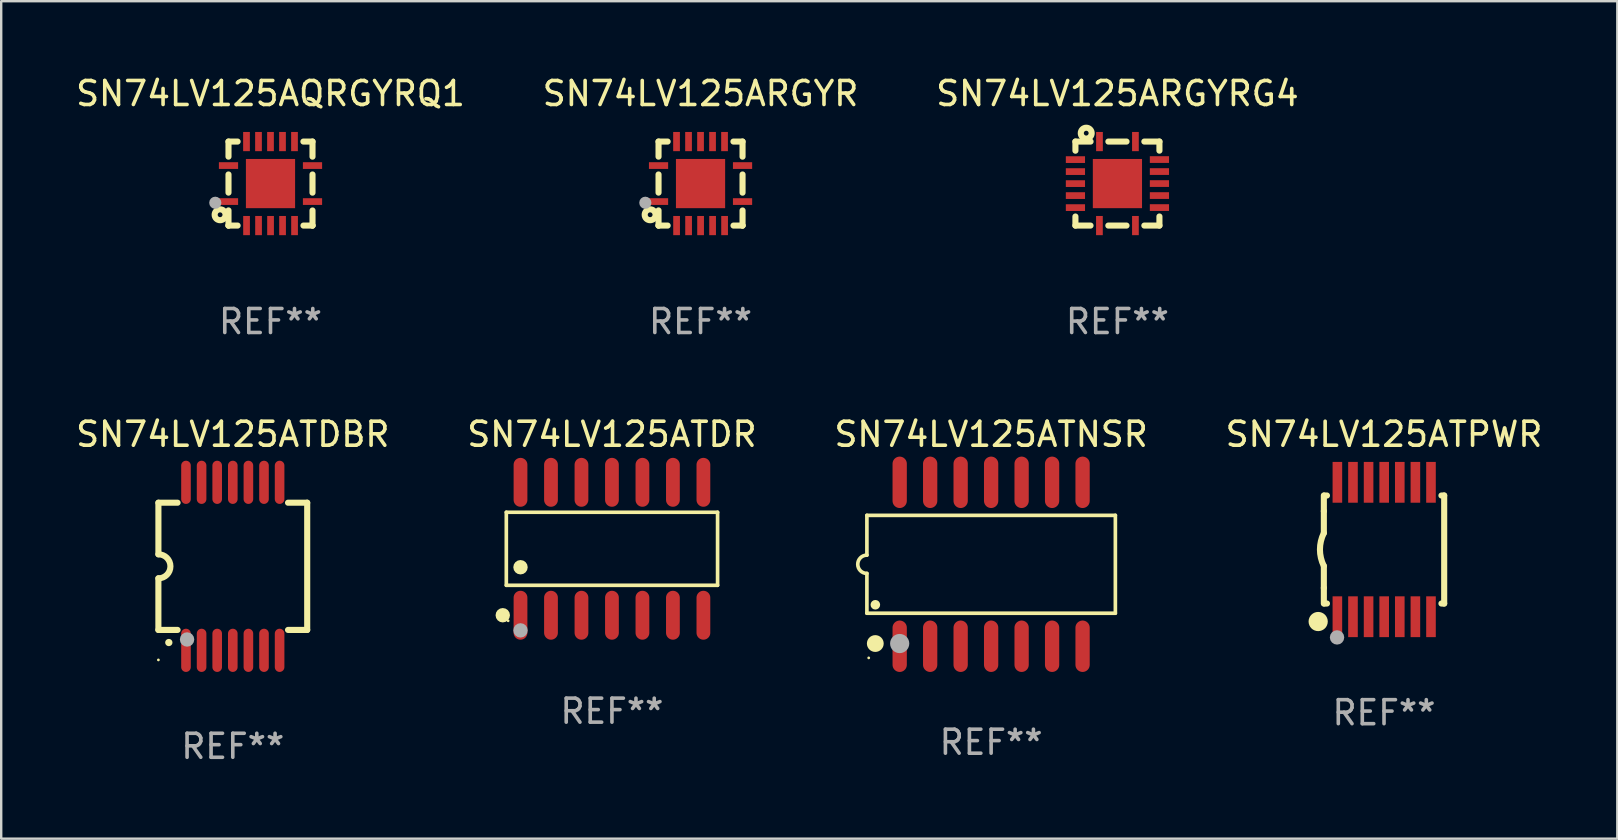
<source format=kicad_pcb>
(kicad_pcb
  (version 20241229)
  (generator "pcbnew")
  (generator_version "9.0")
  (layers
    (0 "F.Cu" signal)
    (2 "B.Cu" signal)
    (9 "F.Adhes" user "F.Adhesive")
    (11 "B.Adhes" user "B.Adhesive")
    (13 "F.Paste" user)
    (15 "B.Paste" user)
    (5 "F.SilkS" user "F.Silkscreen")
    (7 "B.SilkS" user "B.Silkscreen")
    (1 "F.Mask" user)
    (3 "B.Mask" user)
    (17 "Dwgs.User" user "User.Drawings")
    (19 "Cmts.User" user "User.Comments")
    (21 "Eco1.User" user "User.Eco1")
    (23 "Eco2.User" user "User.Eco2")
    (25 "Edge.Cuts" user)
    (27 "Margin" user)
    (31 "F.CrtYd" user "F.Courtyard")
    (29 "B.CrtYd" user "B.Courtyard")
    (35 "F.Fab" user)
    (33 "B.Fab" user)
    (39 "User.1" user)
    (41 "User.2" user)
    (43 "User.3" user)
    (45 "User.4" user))
  (footprint "SN74LV125AQRGYRQ1"
    (layer "F.Cu")
    (at 8.22 4.598)
    (property "Reference" "SN74LV125AQRGYRQ1" (at 0 -3.75 0) (layer "F.SilkS") (effects (font (size 1 1) (thickness 0.15))))
    (attr through_hole)
    (fp_line (start -1.75 1.75) (end -1.37 1.75) (stroke (width 0.254) (type solid)) (layer "F.SilkS"))
    (fp_line (start -1.75 -1.75) (end -1.75 -1.121) (stroke (width 0.254) (type solid)) (layer "F.SilkS"))
    (fp_line (start -1.75 -0.379) (end -1.75 0.377) (stroke (width 0.254) (type solid)) (layer "F.SilkS"))
    (fp_line (start -1.75 1.119) (end -1.75 1.75) (stroke (width 0.254) (type solid)) (layer "F.SilkS"))
    (fp_line (start -1.75 1.75) (end -1.75 1.75) (stroke (width 0.254) (type solid)) (layer "F.SilkS"))
    (fp_line (start -1.371 -1.75) (end -1.75 -1.75) (stroke (width 0.254) (type solid)) (layer "F.SilkS"))
    (fp_line (start 1.373 1.75) (end 1.75 1.75) (stroke (width 0.254) (type solid)) (layer "F.SilkS"))
    (fp_line (start 1.75 1.75) (end 1.75 1.75) (stroke (width 0.254) (type solid)) (layer "F.SilkS"))
    (fp_line (start 1.75 -1.75) (end 1.371 -1.75) (stroke (width 0.254) (type solid)) (layer "F.SilkS"))
    (fp_line (start 1.75 -1.121) (end 1.75 -1.75) (stroke (width 0.254) (type solid)) (layer "F.SilkS"))
    (fp_line (start 1.75 0.379) (end 1.75 -0.379) (stroke (width 0.254) (type solid)) (layer "F.SilkS"))
    (fp_line (start 1.75 1.75) (end 1.75 1.121) (stroke (width 0.254) (type solid)) (layer "F.SilkS"))
    (fp_circle (center -2.1 1.3) (end -2 1.3) (stroke (width 0.254) (type solid)) (fill no) (layer "F.SilkS"))
    (fp_circle (center -1.747 1.751) (end -1.717 1.751) (stroke (width 0.06) (type solid)) (fill no) (layer "F.SilkS"))
    (fp_circle (center -2.3 0.8) (end -2.173 0.8) (stroke (width 0.254) (type solid)) (fill no) (layer "F.Fab"))
    (fp_text user "REF**" (at 0 5.75 0) (layer "F.Fab") (effects (font (size 1 1) (thickness 0.15))))
    (pad "1" smd rect (at -1.75 0.75 270) (size 0.28 0.8) (layers "F.Cu" "F.Mask" "F.Paste"))
    (pad "2" smd rect (at -0.998 1.75 180) (size 0.28 0.8) (layers "F.Cu" "F.Mask" "F.Paste"))
    (pad "3" smd rect (at -0.498 1.75 180) (size 0.28 0.8) (layers "F.Cu" "F.Mask" "F.Paste"))
    (pad "4" smd rect (at 0.002 1.75 180) (size 0.28 0.8) (layers "F.Cu" "F.Mask" "F.Paste"))
    (pad "5" smd rect (at 0.502 1.75 180) (size 0.28 0.8) (layers "F.Cu" "F.Mask" "F.Paste"))
    (pad "6" smd rect (at 1.002 1.75 180) (size 0.28 0.8) (layers "F.Cu" "F.Mask" "F.Paste"))
    (pad "7" smd rect (at 1.75 0.75 270) (size 0.28 0.8) (layers "F.Cu" "F.Mask" "F.Paste"))
    (pad "8" smd rect (at 1.75 -0.75 270) (size 0.28 0.8) (layers "F.Cu" "F.Mask" "F.Paste"))
    (pad "9" smd rect (at 1 -1.75) (size 0.28 0.8) (layers "F.Cu" "F.Mask" "F.Paste"))
    (pad "10" smd rect (at 0.5 -1.75) (size 0.28 0.8) (layers "F.Cu" "F.Mask" "F.Paste"))
    (pad "11" smd rect (at 0 -1.75) (size 0.28 0.8) (layers "F.Cu" "F.Mask" "F.Paste"))
    (pad "12" smd rect (at -0.5 -1.75) (size 0.28 0.8) (layers "F.Cu" "F.Mask" "F.Paste"))
    (pad "13" smd rect (at -1 -1.75) (size 0.28 0.8) (layers "F.Cu" "F.Mask" "F.Paste"))
    (pad "14" smd rect (at -1.75 -0.75 90) (size 0.28 0.8) (layers "F.Cu" "F.Mask" "F.Paste"))
    (pad "15" smd rect (at 0 0 180) (size 2.05 2.05) (layers "F.Cu" "F.Mask" "F.Paste")))
  (footprint "SN74LV125ARGYRG4"
    (layer "F.Cu")
    (at 43.506 4.598)
    (property "Reference" "SN74LV125ARGYRG4" (at 0 -3.75 0) (layer "F.SilkS") (effects (font (size 1 1) (thickness 0.15))))
    (attr through_hole)
    (fp_line (start -1.75 -1.75) (end -1.75 -1.37) (stroke (width 0.254) (type solid)) (layer "F.SilkS"))
    (fp_line (start -1.75 1.373) (end -1.75 1.75) (stroke (width 0.254) (type solid)) (layer "F.SilkS"))
    (fp_line (start -1.75 1.75) (end -1.121 1.75) (stroke (width 0.254) (type solid)) (layer "F.SilkS"))
    (fp_line (start -1.119 -1.75) (end -1.75 -1.75) (stroke (width 0.254) (type solid)) (layer "F.SilkS"))
    (fp_line (start -0.379 1.75) (end 0.379 1.75) (stroke (width 0.254) (type solid)) (layer "F.SilkS"))
    (fp_line (start 0.379 -1.75) (end -0.377 -1.75) (stroke (width 0.254) (type solid)) (layer "F.SilkS"))
    (fp_line (start 1.121 1.75) (end 1.75 1.75) (stroke (width 0.254) (type solid)) (layer "F.SilkS"))
    (fp_line (start 1.75 -1.75) (end 1.121 -1.75) (stroke (width 0.254) (type solid)) (layer "F.SilkS"))
    (fp_line (start 1.75 -1.371) (end 1.75 -1.75) (stroke (width 0.254) (type solid)) (layer "F.SilkS"))
    (fp_line (start 1.75 1.75) (end 1.75 1.371) (stroke (width 0.254) (type solid)) (layer "F.SilkS"))
    (fp_circle (center -1.75 -1.75) (end -1.72 -1.75) (stroke (width 0.06) (type solid)) (fill no) (layer "F.SilkS"))
    (fp_circle (center -1.3 -2.1) (end -1.2 -2.1) (stroke (width 0.254) (type solid)) (fill no) (layer "F.SilkS"))
    (fp_text user "REF**" (at 0 5.75 0) (layer "F.Fab") (effects (font (size 1 1) (thickness 0.15))))
    (pad "1" smd rect (at -0.748 -1.75 180) (size 0.28 0.8) (layers "F.Cu" "F.Mask" "F.Paste"))
    (pad "2" smd rect (at -1.75 -0.998 90) (size 0.28 0.8) (layers "F.Cu" "F.Mask" "F.Paste"))
    (pad "3" smd rect (at -1.75 -0.499 90) (size 0.28 0.8) (layers "F.Cu" "F.Mask" "F.Paste"))
    (pad "4" smd rect (at -1.75 0.002 90) (size 0.28 0.8) (layers "F.Cu" "F.Mask" "F.Paste"))
    (pad "5" smd rect (at -1.75 0.501 90) (size 0.28 0.8) (layers "F.Cu" "F.Mask" "F.Paste"))
    (pad "6" smd rect (at -1.75 1.002 90) (size 0.28 0.8) (layers "F.Cu" "F.Mask" "F.Paste"))
    (pad "7" smd rect (at -0.75 1.75 180) (size 0.28 0.8) (layers "F.Cu" "F.Mask" "F.Paste"))
    (pad "8" smd rect (at 0.75 1.75 180) (size 0.28 0.8) (layers "F.Cu" "F.Mask" "F.Paste"))
    (pad "9" smd rect (at 1.75 1 270) (size 0.28 0.8) (layers "F.Cu" "F.Mask" "F.Paste"))
    (pad "10" smd rect (at 1.75 0.5 270) (size 0.28 0.8) (layers "F.Cu" "F.Mask" "F.Paste"))
    (pad "11" smd rect (at 1.75 0 270) (size 0.28 0.8) (layers "F.Cu" "F.Mask" "F.Paste"))
    (pad "12" smd rect (at 1.75 -0.5 270) (size 0.28 0.8) (layers "F.Cu" "F.Mask" "F.Paste"))
    (pad "13" smd rect (at 1.75 -1 270) (size 0.28 0.8) (layers "F.Cu" "F.Mask" "F.Paste"))
    (pad "14" smd rect (at 0.75 -1.75) (size 0.28 0.8) (layers "F.Cu" "F.Mask" "F.Paste"))
    (pad "15" smd rect (at 0 0 90) (size 2.05 2.05) (layers "F.Cu" "F.Mask" "F.Paste")))
  (footprint "SN74LV125ARGYR"
    (layer "F.Cu")
    (at 26.137 4.598)
    (property "Reference" "SN74LV125ARGYR" (at 0 -3.75 0) (layer "F.SilkS") (effects (font (size 1 1) (thickness 0.15))))
    (attr through_hole)
    (fp_line (start -1.75 1.75) (end -1.37 1.75) (stroke (width 0.254) (type solid)) (layer "F.SilkS"))
    (fp_line (start -1.75 -1.75) (end -1.75 -1.121) (stroke (width 0.254) (type solid)) (layer "F.SilkS"))
    (fp_line (start -1.75 -0.379) (end -1.75 0.377) (stroke (width 0.254) (type solid)) (layer "F.SilkS"))
    (fp_line (start -1.75 1.119) (end -1.75 1.75) (stroke (width 0.254) (type solid)) (layer "F.SilkS"))
    (fp_line (start -1.75 1.75) (end -1.75 1.75) (stroke (width 0.254) (type solid)) (layer "F.SilkS"))
    (fp_line (start -1.371 -1.75) (end -1.75 -1.75) (stroke (width 0.254) (type solid)) (layer "F.SilkS"))
    (fp_line (start 1.373 1.75) (end 1.75 1.75) (stroke (width 0.254) (type solid)) (layer "F.SilkS"))
    (fp_line (start 1.75 1.75) (end 1.75 1.75) (stroke (width 0.254) (type solid)) (layer "F.SilkS"))
    (fp_line (start 1.75 -1.75) (end 1.371 -1.75) (stroke (width 0.254) (type solid)) (layer "F.SilkS"))
    (fp_line (start 1.75 -1.121) (end 1.75 -1.75) (stroke (width 0.254) (type solid)) (layer "F.SilkS"))
    (fp_line (start 1.75 0.379) (end 1.75 -0.379) (stroke (width 0.254) (type solid)) (layer "F.SilkS"))
    (fp_line (start 1.75 1.75) (end 1.75 1.121) (stroke (width 0.254) (type solid)) (layer "F.SilkS"))
    (fp_circle (center -2.1 1.3) (end -2 1.3) (stroke (width 0.254) (type solid)) (fill no) (layer "F.SilkS"))
    (fp_circle (center -1.747 1.751) (end -1.717 1.751) (stroke (width 0.06) (type solid)) (fill no) (layer "F.SilkS"))
    (fp_circle (center -2.3 0.8) (end -2.173 0.8) (stroke (width 0.254) (type solid)) (fill no) (layer "F.Fab"))
    (fp_text user "REF**" (at 0 5.75 0) (layer "F.Fab") (effects (font (size 1 1) (thickness 0.15))))
    (pad "1" smd rect (at -1.75 0.75 270) (size 0.28 0.8) (layers "F.Cu" "F.Mask" "F.Paste"))
    (pad "2" smd rect (at -0.998 1.75 180) (size 0.28 0.8) (layers "F.Cu" "F.Mask" "F.Paste"))
    (pad "3" smd rect (at -0.498 1.75 180) (size 0.28 0.8) (layers "F.Cu" "F.Mask" "F.Paste"))
    (pad "4" smd rect (at 0.002 1.75 180) (size 0.28 0.8) (layers "F.Cu" "F.Mask" "F.Paste"))
    (pad "5" smd rect (at 0.502 1.75 180) (size 0.28 0.8) (layers "F.Cu" "F.Mask" "F.Paste"))
    (pad "6" smd rect (at 1.002 1.75 180) (size 0.28 0.8) (layers "F.Cu" "F.Mask" "F.Paste"))
    (pad "7" smd rect (at 1.75 0.75 270) (size 0.28 0.8) (layers "F.Cu" "F.Mask" "F.Paste"))
    (pad "8" smd rect (at 1.75 -0.75 270) (size 0.28 0.8) (layers "F.Cu" "F.Mask" "F.Paste"))
    (pad "9" smd rect (at 1 -1.75) (size 0.28 0.8) (layers "F.Cu" "F.Mask" "F.Paste"))
    (pad "10" smd rect (at 0.5 -1.75) (size 0.28 0.8) (layers "F.Cu" "F.Mask" "F.Paste"))
    (pad "11" smd rect (at 0 -1.75) (size 0.28 0.8) (layers "F.Cu" "F.Mask" "F.Paste"))
    (pad "12" smd rect (at -0.5 -1.75) (size 0.28 0.8) (layers "F.Cu" "F.Mask" "F.Paste"))
    (pad "13" smd rect (at -1 -1.75) (size 0.28 0.8) (layers "F.Cu" "F.Mask" "F.Paste"))
    (pad "14" smd rect (at -1.75 -0.75 90) (size 0.28 0.8) (layers "F.Cu" "F.Mask" "F.Paste"))
    (pad "15" smd rect (at 0 0 180) (size 2.05 2.05) (layers "F.Cu" "F.Mask" "F.Paste")))
  (footprint "SN74LV125ATNSR"
    (layer "F.Cu")
    (at 38.244 20.46)
    (property "Reference" "SN74LV125ATNSR" (at 0 -5.415 0) (layer "F.SilkS") (effects (font (size 1 1) (thickness 0.15))))
    (attr through_hole)
    (fp_line (start -5.176 -2.039) (end 5.176 -2.039) (stroke (width 0.152) (type solid)) (layer "F.SilkS"))
    (fp_line (start -5.176 -0.381) (end -5.176 -2.039) (stroke (width 0.152) (type solid)) (layer "F.SilkS"))
    (fp_line (start -5.176 0.381) (end -5.176 2.039) (stroke (width 0.152) (type solid)) (layer "F.SilkS"))
    (fp_line (start 5.176 -2.039) (end 5.176 2.039) (stroke (width 0.152) (type solid)) (layer "F.SilkS"))
    (fp_line (start 5.176 2.039) (end -5.176 2.039) (stroke (width 0.152) (type solid)) (layer "F.SilkS"))
    (fp_arc (start -5.1762 0.381001) (mid -5.557201 0) (end -5.1762 -0.381001) (stroke (width 0.151994) (type solid)) (layer "F.SilkS"))
    (fp_circle (center -5.1 3.9) (end -5.07 3.9) (stroke (width 0.06) (type solid)) (fill no) (layer "F.SilkS"))
    (fp_circle (center -4.826 3.302) (end -4.651 3.302) (stroke (width 0.35) (type solid)) (fill no) (layer "F.SilkS"))
    (fp_circle (center -4.824 1.687) (end -4.724 1.687) (stroke (width 0.2) (type solid)) (fill no) (layer "F.SilkS"))
    (fp_circle (center -3.81 3.302) (end -3.61 3.302) (stroke (width 0.4) (type solid)) (fill no) (layer "F.Fab"))
    (fp_text user "REF**" (at 0 7.415 0) (layer "F.Fab") (effects (font (size 1 1) (thickness 0.15))))
    (pad "1" smd oval (at -3.81 3.415) (size 0.595 2.142) (layers "F.Cu" "F.Mask" "F.Paste"))
    (pad "2" smd oval (at -2.54 3.415) (size 0.595 2.142) (layers "F.Cu" "F.Mask" "F.Paste"))
    (pad "3" smd oval (at -1.27 3.415) (size 0.595 2.142) (layers "F.Cu" "F.Mask" "F.Paste"))
    (pad "4" smd oval (at 0 3.415) (size 0.595 2.142) (layers "F.Cu" "F.Mask" "F.Paste"))
    (pad "5" smd oval (at 1.27 3.415) (size 0.595 2.142) (layers "F.Cu" "F.Mask" "F.Paste"))
    (pad "6" smd oval (at 2.54 3.415) (size 0.595 2.142) (layers "F.Cu" "F.Mask" "F.Paste"))
    (pad "7" smd oval (at 3.81 3.415) (size 0.595 2.142) (layers "F.Cu" "F.Mask" "F.Paste"))
    (pad "8" smd oval (at 3.81 -3.415) (size 0.595 2.142) (layers "F.Cu" "F.Mask" "F.Paste"))
    (pad "9" smd oval (at 2.54 -3.415) (size 0.595 2.142) (layers "F.Cu" "F.Mask" "F.Paste"))
    (pad "10" smd oval (at 1.27 -3.415) (size 0.595 2.142) (layers "F.Cu" "F.Mask" "F.Paste"))
    (pad "11" smd oval (at 0 -3.415) (size 0.595 2.142) (layers "F.Cu" "F.Mask" "F.Paste"))
    (pad "12" smd oval (at -1.27 -3.415) (size 0.595 2.142) (layers "F.Cu" "F.Mask" "F.Paste"))
    (pad "13" smd oval (at -2.54 -3.415) (size 0.595 2.142) (layers "F.Cu" "F.Mask" "F.Paste"))
    (pad "14" smd oval (at -3.81 -3.415) (size 0.595 2.142) (layers "F.Cu" "F.Mask" "F.Paste")))
  (footprint "SN74LV125ATDBR"
    (layer "F.Cu")
    (at 6.649 20.545)
    (property "Reference" "SN74LV125ATDBR" (at 0 -5.5 0) (layer "F.SilkS") (effects (font (size 1 1) (thickness 0.15))))
    (attr through_hole)
    (fp_line (start -3.1 2.65) (end -3.1 0.5) (stroke (width 0.254) (type solid)) (layer "F.SilkS"))
    (fp_line (start -3.099 -2.65) (end -2.301 -2.65) (stroke (width 0.254) (type solid)) (layer "F.SilkS"))
    (fp_line (start -3.099 -0.5) (end -3.099 -2.65) (stroke (width 0.254) (type solid)) (layer "F.SilkS"))
    (fp_line (start -2.301 2.65) (end -3.1 2.65) (stroke (width 0.254) (type solid)) (layer "F.SilkS"))
    (fp_line (start 2.301 -2.65) (end 3.1 -2.65) (stroke (width 0.254) (type solid)) (layer "F.SilkS"))
    (fp_line (start 3.1 -2.65) (end 3.1 2.65) (stroke (width 0.254) (type solid)) (layer "F.SilkS"))
    (fp_line (start 3.1 2.65) (end 2.301 2.65) (stroke (width 0.254) (type solid)) (layer "F.SilkS"))
    (fp_arc (start -3.098806 -0.500381) (mid -2.598806 0) (end -3.098806 0.500381) (stroke (width 0.254001) (type solid)) (layer "F.SilkS"))
    (fp_arc (start -2.667005 3.175006) (mid -2.665735 3.175001) (end -2.664465 3.175006) (stroke (width 0.3) (type solid)) (layer "F.SilkS"))
    (fp_circle (center -3.1 3.9) (end -3.07 3.9) (stroke (width 0.06) (type solid)) (fill no) (layer "F.SilkS"))
    (fp_circle (center -1.905 3.048) (end -1.755 3.048) (stroke (width 0.3) (type solid)) (fill no) (layer "F.Fab"))
    (fp_text user "REF**" (at 0 7.5 0) (layer "F.Fab") (effects (font (size 1 1) (thickness 0.15))))
    (pad "1" smd oval (at -1.95 3.5 270) (size 1.8 0.4) (layers "F.Cu" "F.Mask" "F.Paste"))
    (pad "2" smd oval (at -1.3 3.5 270) (size 1.8 0.4) (layers "F.Cu" "F.Mask" "F.Paste"))
    (pad "3" smd oval (at -0.65 3.5 270) (size 1.8 0.4) (layers "F.Cu" "F.Mask" "F.Paste"))
    (pad "4" smd oval (at 0 3.5 270) (size 1.8 0.4) (layers "F.Cu" "F.Mask" "F.Paste"))
    (pad "5" smd oval (at 0.65 3.5 270) (size 1.8 0.4) (layers "F.Cu" "F.Mask" "F.Paste"))
    (pad "6" smd oval (at 1.3 3.5 270) (size 1.8 0.4) (layers "F.Cu" "F.Mask" "F.Paste"))
    (pad "7" smd oval (at 1.95 3.5 270) (size 1.8 0.4) (layers "F.Cu" "F.Mask" "F.Paste"))
    (pad "8" smd oval (at 1.95 -3.5 90) (size 1.8 0.4) (layers "F.Cu" "F.Mask" "F.Paste"))
    (pad "9" smd oval (at 1.3 -3.5 90) (size 1.8 0.4) (layers "F.Cu" "F.Mask" "F.Paste"))
    (pad "10" smd oval (at 0.65 -3.5 90) (size 1.8 0.4) (layers "F.Cu" "F.Mask" "F.Paste"))
    (pad "11" smd oval (at 0 -3.5 90) (size 1.8 0.4) (layers "F.Cu" "F.Mask" "F.Paste"))
    (pad "12" smd oval (at -0.65 -3.5 90) (size 1.8 0.4) (layers "F.Cu" "F.Mask" "F.Paste"))
    (pad "13" smd oval (at -1.3 -3.5 90) (size 1.8 0.4) (layers "F.Cu" "F.Mask" "F.Paste"))
    (pad "14" smd oval (at -1.95 -3.5 90) (size 1.8 0.4) (layers "F.Cu" "F.Mask" "F.Paste")))
  (footprint "SN74LV125ATDR"
    (layer "F.Cu")
    (at 22.446 19.814)
    (property "Reference" "SN74LV125ATDR" (at 0 -4.769 0) (layer "F.SilkS") (effects (font (size 1 1) (thickness 0.15))))
    (attr through_hole)
    (fp_line (start -4.401 -1.521) (end 4.401 -1.521) (stroke (width 0.152) (type solid)) (layer "F.SilkS"))
    (fp_line (start -4.401 1.521) (end -4.401 -1.521) (stroke (width 0.152) (type solid)) (layer "F.SilkS"))
    (fp_line (start 4.401 -1.521) (end 4.401 1.521) (stroke (width 0.152) (type solid)) (layer "F.SilkS"))
    (fp_line (start 4.401 1.521) (end -4.401 1.521) (stroke (width 0.152) (type solid)) (layer "F.SilkS"))
    (fp_circle (center -4.549 2.769) (end -4.399 2.769) (stroke (width 0.3) (type solid)) (fill no) (layer "F.SilkS"))
    (fp_circle (center -4.325 3) (end -4.295 3) (stroke (width 0.06) (type solid)) (fill no) (layer "F.SilkS"))
    (fp_circle (center -3.81 0.769) (end -3.66 0.769) (stroke (width 0.3) (type solid)) (fill no) (layer "F.SilkS"))
    (fp_circle (center -3.81 3.4) (end -3.66 3.4) (stroke (width 0.3) (type solid)) (fill no) (layer "F.Fab"))
    (fp_text user "REF**" (at 0 6.769 0) (layer "F.Fab") (effects (font (size 1 1) (thickness 0.15))))
    (pad "1" smd oval (at -3.81 2.769) (size 0.574 2.038) (layers "F.Cu" "F.Mask" "F.Paste"))
    (pad "2" smd oval (at -2.54 2.769) (size 0.574 2.038) (layers "F.Cu" "F.Mask" "F.Paste"))
    (pad "3" smd oval (at -1.27 2.769) (size 0.574 2.038) (layers "F.Cu" "F.Mask" "F.Paste"))
    (pad "4" smd oval (at 0 2.769) (size 0.574 2.038) (layers "F.Cu" "F.Mask" "F.Paste"))
    (pad "5" smd oval (at 1.27 2.769) (size 0.574 2.038) (layers "F.Cu" "F.Mask" "F.Paste"))
    (pad "6" smd oval (at 2.54 2.769) (size 0.574 2.038) (layers "F.Cu" "F.Mask" "F.Paste"))
    (pad "7" smd oval (at 3.81 2.769) (size 0.574 2.038) (layers "F.Cu" "F.Mask" "F.Paste"))
    (pad "8" smd oval (at 3.81 -2.769) (size 0.574 2.038) (layers "F.Cu" "F.Mask" "F.Paste"))
    (pad "9" smd oval (at 2.54 -2.769) (size 0.574 2.038) (layers "F.Cu" "F.Mask" "F.Paste"))
    (pad "10" smd oval (at 1.27 -2.769) (size 0.574 2.038) (layers "F.Cu" "F.Mask" "F.Paste"))
    (pad "11" smd oval (at 0 -2.769) (size 0.574 2.038) (layers "F.Cu" "F.Mask" "F.Paste"))
    (pad "12" smd oval (at -1.27 -2.769) (size 0.574 2.038) (layers "F.Cu" "F.Mask" "F.Paste"))
    (pad "13" smd oval (at -2.54 -2.769) (size 0.574 2.038) (layers "F.Cu" "F.Mask" "F.Paste"))
    (pad "14" smd oval (at -3.81 -2.769) (size 0.574 2.038) (layers "F.Cu" "F.Mask" "F.Paste")))
  (footprint "SN74LV125ATPWR"
    (layer "F.Cu")
    (at 54.613 19.845)
    (property "Reference" "SN74LV125ATPWR" (at 0 -4.8 0) (layer "F.SilkS") (effects (font (size 1 1) (thickness 0.15))))
    (attr through_hole)
    (fp_line (start -2.507 -1.6) (end -2.507 -2.25) (stroke (width 0.254) (type solid)) (layer "F.SilkS"))
    (fp_line (start -2.507 -0.686) (end -2.507 -1.6) (stroke (width 0.254) (type solid)) (layer "F.SilkS"))
    (fp_line (start -2.507 1.6) (end -2.507 0.686) (stroke (width 0.254) (type solid)) (layer "F.SilkS"))
    (fp_line (start -2.507 1.6) (end -2.507 2.25) (stroke (width 0.254) (type solid)) (layer "F.SilkS"))
    (fp_line (start -2.493 -2.25) (end -2.377 -2.25) (stroke (width 0.254) (type solid)) (layer "F.SilkS"))
    (fp_line (start -2.377 2.25) (end -2.493 2.25) (stroke (width 0.254) (type solid)) (layer "F.SilkS"))
    (fp_line (start 2.392 -2.25) (end 2.507 -2.25) (stroke (width 0.254) (type solid)) (layer "F.SilkS"))
    (fp_line (start 2.507 -2.25) (end 2.507 2.25) (stroke (width 0.254) (type solid)) (layer "F.SilkS"))
    (fp_line (start 2.507 2.25) (end 2.392 2.25) (stroke (width 0.254) (type solid)) (layer "F.SilkS"))
    (fp_arc (start -2.507303 0.685802) (mid -2.669199 0) (end -2.507303 -0.685801) (stroke (width 0.254001) (type solid)) (layer "F.SilkS"))
    (fp_circle (center -2.743 3) (end -2.543 3) (stroke (width 0.4) (type solid)) (fill no) (layer "F.SilkS"))
    (fp_circle (center -2.493 3.2) (end -2.463 3.2) (stroke (width 0.06) (type solid)) (fill no) (layer "F.SilkS"))
    (fp_circle (center -1.957 3.662) (end -1.807 3.662) (stroke (width 0.3) (type solid)) (fill no) (layer "F.Fab"))
    (fp_text user "REF**" (at 0 6.8 0) (layer "F.Fab") (effects (font (size 1 1) (thickness 0.15))))
    (pad "1" smd rect (at -1.943 2.8) (size 0.4 1.7) (layers "F.Cu" "F.Mask" "F.Paste"))
    (pad "2" smd rect (at -1.293 2.8) (size 0.4 1.7) (layers "F.Cu" "F.Mask" "F.Paste"))
    (pad "3" smd rect (at -0.643 2.8) (size 0.4 1.7) (layers "F.Cu" "F.Mask" "F.Paste"))
    (pad "4" smd rect (at 0.007 2.8) (size 0.4 1.7) (layers "F.Cu" "F.Mask" "F.Paste"))
    (pad "5" smd rect (at 0.657 2.8) (size 0.4 1.7) (layers "F.Cu" "F.Mask" "F.Paste"))
    (pad "6" smd rect (at 1.307 2.8) (size 0.4 1.7) (layers "F.Cu" "F.Mask" "F.Paste"))
    (pad "7" smd rect (at 1.957 2.8) (size 0.4 1.7) (layers "F.Cu" "F.Mask" "F.Paste"))
    (pad "8" smd rect (at 1.957 -2.8) (size 0.4 1.7) (layers "F.Cu" "F.Mask" "F.Paste"))
    (pad "9" smd rect (at 1.307 -2.8) (size 0.4 1.7) (layers "F.Cu" "F.Mask" "F.Paste"))
    (pad "10" smd rect (at 0.657 -2.8) (size 0.4 1.7) (layers "F.Cu" "F.Mask" "F.Paste"))
    (pad "11" smd rect (at 0.007 -2.8) (size 0.4 1.7) (layers "F.Cu" "F.Mask" "F.Paste"))
    (pad "12" smd rect (at -0.643 -2.8) (size 0.4 1.7) (layers "F.Cu" "F.Mask" "F.Paste"))
    (pad "13" smd rect (at -1.293 -2.8) (size 0.4 1.7) (layers "F.Cu" "F.Mask" "F.Paste"))
    (pad "14" smd rect (at -1.943 -2.8) (size 0.4 1.7) (layers "F.Cu" "F.Mask" "F.Paste")))
  (gr_rect
    (start -3 -3)
    (end 64.333 31.893)
    (stroke (width 0.1) (type default))
    (fill no)
    (layer "Edge.Cuts")))
</source>
